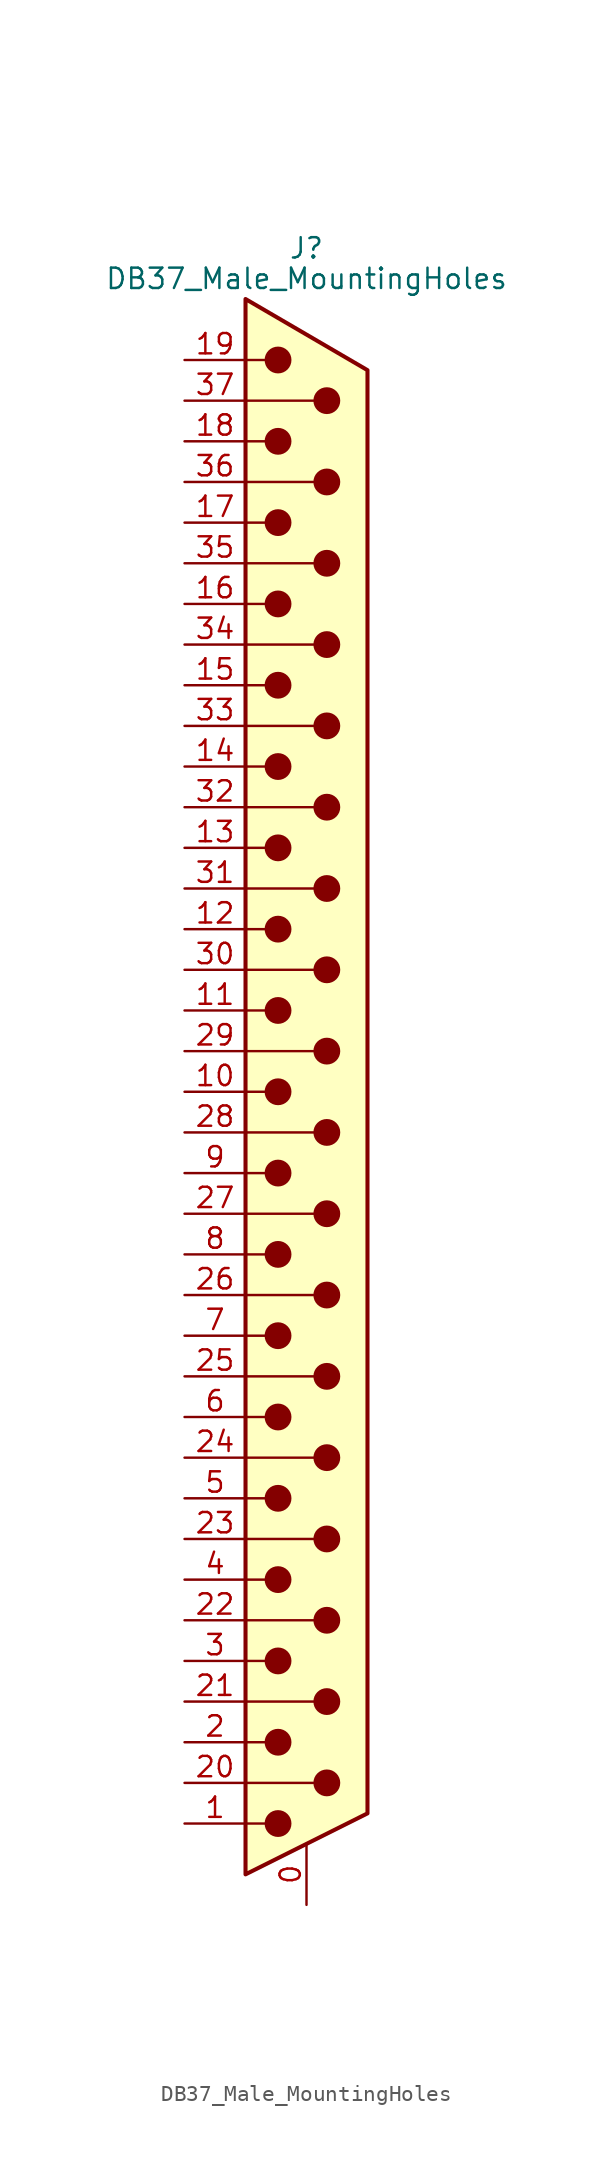
<source format=kicad_sym>
(kicad_symbol_lib
  (version 20220914)
  (generator kicad_symbol_editor)
  (symbol "DB37_Male_MountingHoles"
    (pin_names
      (offset 1.016) hide)
    (property "Reference" "J"
      (at 0 52.705 0)
      (effects (font (size 1.27 1.27))))
    (property "Value" "DB37_Male_MountingHoles"
      (at 0 50.8 0)
      (effects (font (size 1.27 1.27))))
    (symbol "DB37_Male_MountingHoles_0_1"
      (circle (center -1.778 -45.72) (radius 0.762) (stroke (width 0) (type default)) (fill (type outline)))
      (circle (center -1.778 -40.64) (radius 0.762) (stroke (width 0) (type default)) (fill (type outline)))
      (circle (center -1.778 -35.56) (radius 0.762) (stroke (width 0) (type default)) (fill (type outline)))
      (circle (center -1.778 -30.48) (radius 0.762) (stroke (width 0) (type default)) (fill (type outline)))
      (circle (center -1.778 -25.4) (radius 0.762) (stroke (width 0) (type default)) (fill (type outline)))
      (circle (center -1.778 -20.32) (radius 0.762) (stroke (width 0) (type default)) (fill (type outline)))
      (circle (center -1.778 -15.24) (radius 0.762) (stroke (width 0) (type default)) (fill (type outline)))
      (circle (center -1.778 -10.16) (radius 0.762) (stroke (width 0) (type default)) (fill (type outline)))
      (circle (center -1.778 -5.08) (radius 0.762) (stroke (width 0) (type default)) (fill (type outline)))
      (circle (center -1.778 0) (radius 0.762) (stroke (width 0) (type default)) (fill (type outline)))
      (circle (center -1.778 5.08) (radius 0.762) (stroke (width 0) (type default)) (fill (type outline)))
      (circle (center -1.778 10.16) (radius 0.762) (stroke (width 0) (type default)) (fill (type outline)))
      (circle (center -1.778 15.24) (radius 0.762) (stroke (width 0) (type default)) (fill (type outline)))
      (circle (center -1.778 20.32) (radius 0.762) (stroke (width 0) (type default)) (fill (type outline)))
      (circle (center -1.778 25.4) (radius 0.762) (stroke (width 0) (type default)) (fill (type outline)))
      (circle (center -1.778 30.48) (radius 0.762) (stroke (width 0) (type default)) (fill (type outline)))
      (circle (center -1.778 35.56) (radius 0.762) (stroke (width 0) (type default)) (fill (type outline)))
      (circle (center -1.778 40.64) (radius 0.762) (stroke (width 0) (type default)) (fill (type outline)))
      (circle (center -1.778 45.72) (radius 0.762) (stroke (width 0) (type default)) (fill (type outline)))
      (polyline (pts (xy -3.81 -45.72) (xy -2.54 -45.72)) (stroke (width 0) (type default)) (fill (type none)))
      (polyline (pts (xy -3.81 -43.18) (xy 0.508 -43.18)) (stroke (width 0) (type default)) (fill (type none)))
      (polyline (pts (xy -3.81 -40.64) (xy -2.54 -40.64)) (stroke (width 0) (type default)) (fill (type none)))
      (polyline (pts (xy -3.81 -38.1) (xy 0.508 -38.1)) (stroke (width 0) (type default)) (fill (type none)))
      (polyline (pts (xy -3.81 -35.56) (xy -2.54 -35.56)) (stroke (width 0) (type default)) (fill (type none)))
      (polyline (pts (xy -3.81 -33.02) (xy 0.508 -33.02)) (stroke (width 0) (type default)) (fill (type none)))
      (polyline (pts (xy -3.81 -30.48) (xy -2.54 -30.48)) (stroke (width 0) (type default)) (fill (type none)))
      (polyline (pts (xy -3.81 -27.94) (xy 0.508 -27.94)) (stroke (width 0) (type default)) (fill (type none)))
      (polyline (pts (xy -3.81 -25.4) (xy -2.54 -25.4)) (stroke (width 0) (type default)) (fill (type none)))
      (polyline (pts (xy -3.81 -22.86) (xy 0.508 -22.86)) (stroke (width 0) (type default)) (fill (type none)))
      (polyline (pts (xy -3.81 -20.32) (xy -2.54 -20.32)) (stroke (width 0) (type default)) (fill (type none)))
      (polyline (pts (xy -3.81 -17.78) (xy 0.508 -17.78)) (stroke (width 0) (type default)) (fill (type none)))
      (polyline (pts (xy -3.81 -15.24) (xy -2.54 -15.24)) (stroke (width 0) (type default)) (fill (type none)))
      (polyline (pts (xy -3.81 -12.7) (xy 0.508 -12.7)) (stroke (width 0) (type default)) (fill (type none)))
      (polyline (pts (xy -3.81 -10.16) (xy -2.54 -10.16)) (stroke (width 0) (type default)) (fill (type none)))
      (polyline (pts (xy -3.81 -7.62) (xy 0.508 -7.62)) (stroke (width 0) (type default)) (fill (type none)))
      (polyline (pts (xy -3.81 -5.08) (xy -2.54 -5.08)) (stroke (width 0) (type default)) (fill (type none)))
      (polyline (pts (xy -3.81 -2.54) (xy 0.508 -2.54)) (stroke (width 0) (type default)) (fill (type none)))
      (polyline (pts (xy -3.81 0) (xy -2.54 0)) (stroke (width 0) (type default)) (fill (type none)))
      (polyline (pts (xy -3.81 2.54) (xy 0.508 2.54)) (stroke (width 0) (type default)) (fill (type none)))
      (polyline (pts (xy -3.81 5.08) (xy -2.54 5.08)) (stroke (width 0) (type default)) (fill (type none)))
      (polyline (pts (xy -3.81 7.62) (xy 0.508 7.62)) (stroke (width 0) (type default)) (fill (type none)))
      (polyline (pts (xy -3.81 10.16) (xy -2.54 10.16)) (stroke (width 0) (type default)) (fill (type none)))
      (polyline (pts (xy -3.81 12.7) (xy 0.508 12.7)) (stroke (width 0) (type default)) (fill (type none)))
      (polyline (pts (xy -3.81 15.24) (xy -2.54 15.24)) (stroke (width 0) (type default)) (fill (type none)))
      (polyline (pts (xy -3.81 17.78) (xy 0.508 17.78)) (stroke (width 0) (type default)) (fill (type none)))
      (polyline (pts (xy -3.81 20.32) (xy -2.54 20.32)) (stroke (width 0) (type default)) (fill (type none)))
      (polyline (pts (xy -3.81 22.86) (xy 0.508 22.86)) (stroke (width 0) (type default)) (fill (type none)))
      (polyline (pts (xy -3.81 25.4) (xy -2.54 25.4)) (stroke (width 0) (type default)) (fill (type none)))
      (polyline (pts (xy -3.81 27.94) (xy 0.508 27.94)) (stroke (width 0) (type default)) (fill (type none)))
      (polyline (pts (xy -3.81 30.48) (xy -2.54 30.48)) (stroke (width 0) (type default)) (fill (type none)))
      (polyline (pts (xy -3.81 33.02) (xy 0.508 33.02)) (stroke (width 0) (type default)) (fill (type none)))
      (polyline (pts (xy -3.81 35.56) (xy -2.54 35.56)) (stroke (width 0) (type default)) (fill (type none)))
      (polyline (pts (xy -3.81 38.1) (xy 0.508 38.1)) (stroke (width 0) (type default)) (fill (type none)))
      (polyline (pts (xy -3.81 40.64) (xy -2.54 40.64)) (stroke (width 0) (type default)) (fill (type none)))
      (polyline (pts (xy -3.81 43.18) (xy 0.508 43.18)) (stroke (width 0) (type default)) (fill (type none)))
      (polyline (pts (xy -3.81 45.72) (xy -2.54 45.72)) (stroke (width 0) (type default)) (fill (type none)))
      (polyline (pts (xy -3.81 49.53) (xy 3.81 45.085) (xy 3.81 -45.085) (xy -3.81 -48.895) (xy -3.81 49.53)) (stroke (width 0.254) (type default)) (fill (type background)))
      (circle (center 1.27 -43.18) (radius 0.762) (stroke (width 0) (type default)) (fill (type outline)))
      (circle (center 1.27 -38.1) (radius 0.762) (stroke (width 0) (type default)) (fill (type outline)))
      (circle (center 1.27 -33.02) (radius 0.762) (stroke (width 0) (type default)) (fill (type outline)))
      (circle (center 1.27 -27.94) (radius 0.762) (stroke (width 0) (type default)) (fill (type outline)))
      (circle (center 1.27 -22.86) (radius 0.762) (stroke (width 0) (type default)) (fill (type outline)))
      (circle (center 1.27 -17.78) (radius 0.762) (stroke (width 0) (type default)) (fill (type outline)))
      (circle (center 1.27 -12.7) (radius 0.762) (stroke (width 0) (type default)) (fill (type outline)))
      (circle (center 1.27 -7.62) (radius 0.762) (stroke (width 0) (type default)) (fill (type outline)))
      (circle (center 1.27 -2.54) (radius 0.762) (stroke (width 0) (type default)) (fill (type outline)))
      (circle (center 1.27 2.54) (radius 0.762) (stroke (width 0) (type default)) (fill (type outline)))
      (circle (center 1.27 7.62) (radius 0.762) (stroke (width 0) (type default)) (fill (type outline)))
      (circle (center 1.27 12.7) (radius 0.762) (stroke (width 0) (type default)) (fill (type outline)))
      (circle (center 1.27 17.78) (radius 0.762) (stroke (width 0) (type default)) (fill (type outline)))
      (circle (center 1.27 22.86) (radius 0.762) (stroke (width 0) (type default)) (fill (type outline)))
      (circle (center 1.27 27.94) (radius 0.762) (stroke (width 0) (type default)) (fill (type outline)))
      (circle (center 1.27 33.02) (radius 0.762) (stroke (width 0) (type default)) (fill (type outline)))
      (circle (center 1.27 38.1) (radius 0.762) (stroke (width 0) (type default)) (fill (type outline)))
      (circle (center 1.27 43.18) (radius 0.762) (stroke (width 0) (type default)) (fill (type outline))))
    (symbol "DB37_Male_MountingHoles_1_1"
      (pin passive line (at 0 -50.8 90) (length 3.81) (name "PAD" (effects (font (size 1.27 1.27)))) (number "0" (effects (font (size 1.27 1.27)))))
      (pin passive line (at -7.62 -45.72 0) (length 3.81) (name "1" (effects (font (size 1.27 1.27)))) (number "1" (effects (font (size 1.27 1.27)))))
      (pin passive line (at -7.62 0 0) (length 3.81) (name "10" (effects (font (size 1.27 1.27)))) (number "10" (effects (font (size 1.27 1.27)))))
      (pin passive line (at -7.62 5.08 0) (length 3.81) (name "11" (effects (font (size 1.27 1.27)))) (number "11" (effects (font (size 1.27 1.27)))))
      (pin passive line (at -7.62 10.16 0) (length 3.81) (name "12" (effects (font (size 1.27 1.27)))) (number "12" (effects (font (size 1.27 1.27)))))
      (pin passive line (at -7.62 15.24 0) (length 3.81) (name "13" (effects (font (size 1.27 1.27)))) (number "13" (effects (font (size 1.27 1.27)))))
      (pin passive line (at -7.62 20.32 0) (length 3.81) (name "14" (effects (font (size 1.27 1.27)))) (number "14" (effects (font (size 1.27 1.27)))))
      (pin passive line (at -7.62 25.4 0) (length 3.81) (name "15" (effects (font (size 1.27 1.27)))) (number "15" (effects (font (size 1.27 1.27)))))
      (pin passive line (at -7.62 30.48 0) (length 3.81) (name "16" (effects (font (size 1.27 1.27)))) (number "16" (effects (font (size 1.27 1.27)))))
      (pin passive line (at -7.62 35.56 0) (length 3.81) (name "17" (effects (font (size 1.27 1.27)))) (number "17" (effects (font (size 1.27 1.27)))))
      (pin passive line (at -7.62 40.64 0) (length 3.81) (name "18" (effects (font (size 1.27 1.27)))) (number "18" (effects (font (size 1.27 1.27)))))
      (pin passive line (at -7.62 45.72 0) (length 3.81) (name "19" (effects (font (size 1.27 1.27)))) (number "19" (effects (font (size 1.27 1.27)))))
      (pin passive line (at -7.62 -40.64 0) (length 3.81) (name "2" (effects (font (size 1.27 1.27)))) (number "2" (effects (font (size 1.27 1.27)))))
      (pin passive line (at -7.62 -43.18 0) (length 3.81) (name "20" (effects (font (size 1.27 1.27)))) (number "20" (effects (font (size 1.27 1.27)))))
      (pin passive line (at -7.62 -38.1 0) (length 3.81) (name "21" (effects (font (size 1.27 1.27)))) (number "21" (effects (font (size 1.27 1.27)))))
      (pin passive line (at -7.62 -33.02 0) (length 3.81) (name "22" (effects (font (size 1.27 1.27)))) (number "22" (effects (font (size 1.27 1.27)))))
      (pin passive line (at -7.62 -27.94 0) (length 3.81) (name "23" (effects (font (size 1.27 1.27)))) (number "23" (effects (font (size 1.27 1.27)))))
      (pin passive line (at -7.62 -22.86 0) (length 3.81) (name "24" (effects (font (size 1.27 1.27)))) (number "24" (effects (font (size 1.27 1.27)))))
      (pin passive line (at -7.62 -17.78 0) (length 3.81) (name "25" (effects (font (size 1.27 1.27)))) (number "25" (effects (font (size 1.27 1.27)))))
      (pin passive line (at -7.62 -12.7 0) (length 3.81) (name "26" (effects (font (size 1.27 1.27)))) (number "26" (effects (font (size 1.27 1.27)))))
      (pin passive line (at -7.62 -7.62 0) (length 3.81) (name "27" (effects (font (size 1.27 1.27)))) (number "27" (effects (font (size 1.27 1.27)))))
      (pin passive line (at -7.62 -2.54 0) (length 3.81) (name "28" (effects (font (size 1.27 1.27)))) (number "28" (effects (font (size 1.27 1.27)))))
      (pin passive line (at -7.62 2.54 0) (length 3.81) (name "29" (effects (font (size 1.27 1.27)))) (number "29" (effects (font (size 1.27 1.27)))))
      (pin passive line (at -7.62 -35.56 0) (length 3.81) (name "3" (effects (font (size 1.27 1.27)))) (number "3" (effects (font (size 1.27 1.27)))))
      (pin passive line (at -7.62 7.62 0) (length 3.81) (name "30" (effects (font (size 1.27 1.27)))) (number "30" (effects (font (size 1.27 1.27)))))
      (pin passive line (at -7.62 12.7 0) (length 3.81) (name "31" (effects (font (size 1.27 1.27)))) (number "31" (effects (font (size 1.27 1.27)))))
      (pin passive line (at -7.62 17.78 0) (length 3.81) (name "32" (effects (font (size 1.27 1.27)))) (number "32" (effects (font (size 1.27 1.27)))))
      (pin passive line (at -7.62 22.86 0) (length 3.81) (name "33" (effects (font (size 1.27 1.27)))) (number "33" (effects (font (size 1.27 1.27)))))
      (pin passive line (at -7.62 27.94 0) (length 3.81) (name "34" (effects (font (size 1.27 1.27)))) (number "34" (effects (font (size 1.27 1.27)))))
      (pin passive line (at -7.62 33.02 0) (length 3.81) (name "35" (effects (font (size 1.27 1.27)))) (number "35" (effects (font (size 1.27 1.27)))))
      (pin passive line (at -7.62 38.1 0) (length 3.81) (name "36" (effects (font (size 1.27 1.27)))) (number "36" (effects (font (size 1.27 1.27)))))
      (pin passive line (at -7.62 43.18 0) (length 3.81) (name "37" (effects (font (size 1.27 1.27)))) (number "37" (effects (font (size 1.27 1.27)))))
      (pin passive line (at -7.62 -30.48 0) (length 3.81) (name "4" (effects (font (size 1.27 1.27)))) (number "4" (effects (font (size 1.27 1.27)))))
      (pin passive line (at -7.62 -25.4 0) (length 3.81) (name "5" (effects (font (size 1.27 1.27)))) (number "5" (effects (font (size 1.27 1.27)))))
      (pin passive line (at -7.62 -20.32 0) (length 3.81) (name "6" (effects (font (size 1.27 1.27)))) (number "6" (effects (font (size 1.27 1.27)))))
      (pin passive line (at -7.62 -15.24 0) (length 3.81) (name "7" (effects (font (size 1.27 1.27)))) (number "7" (effects (font (size 1.27 1.27)))))
      (pin passive line (at -7.62 -10.16 0) (length 3.81) (name "8" (effects (font (size 1.27 1.27)))) (number "8" (effects (font (size 1.27 1.27)))))
      (pin passive line (at -7.62 -5.08 0) (length 3.81) (name "9" (effects (font (size 1.27 1.27)))) (number "9" (effects (font (size 1.27 1.27))))))))
</source>
